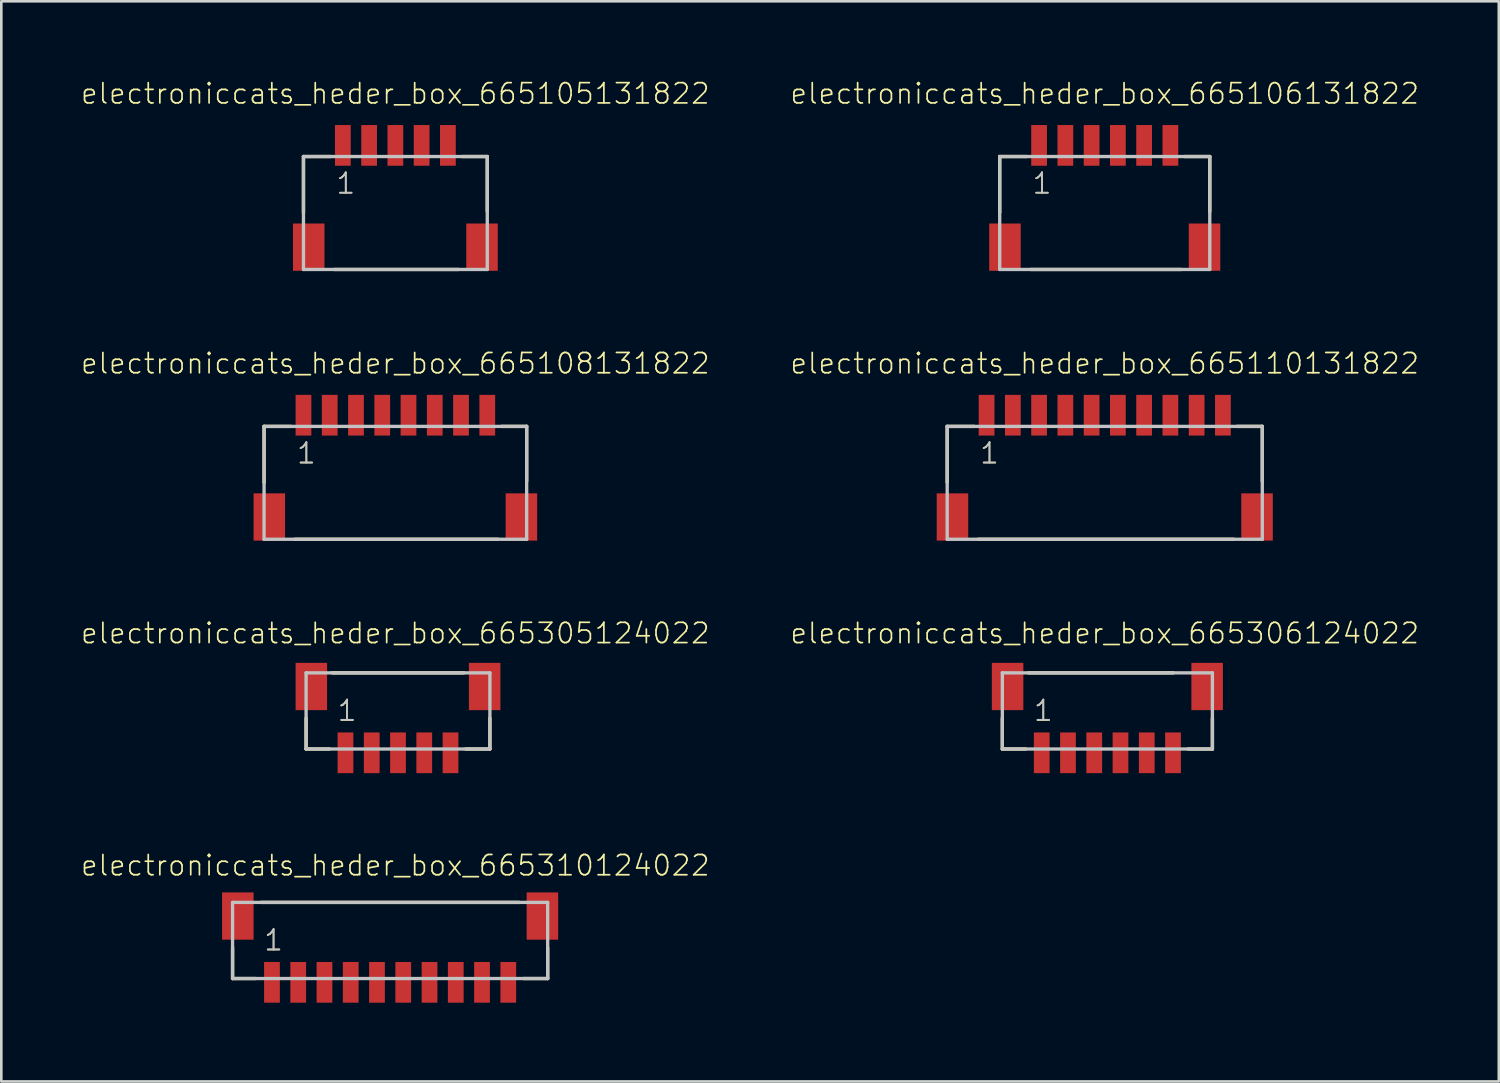
<source format=kicad_pcb>
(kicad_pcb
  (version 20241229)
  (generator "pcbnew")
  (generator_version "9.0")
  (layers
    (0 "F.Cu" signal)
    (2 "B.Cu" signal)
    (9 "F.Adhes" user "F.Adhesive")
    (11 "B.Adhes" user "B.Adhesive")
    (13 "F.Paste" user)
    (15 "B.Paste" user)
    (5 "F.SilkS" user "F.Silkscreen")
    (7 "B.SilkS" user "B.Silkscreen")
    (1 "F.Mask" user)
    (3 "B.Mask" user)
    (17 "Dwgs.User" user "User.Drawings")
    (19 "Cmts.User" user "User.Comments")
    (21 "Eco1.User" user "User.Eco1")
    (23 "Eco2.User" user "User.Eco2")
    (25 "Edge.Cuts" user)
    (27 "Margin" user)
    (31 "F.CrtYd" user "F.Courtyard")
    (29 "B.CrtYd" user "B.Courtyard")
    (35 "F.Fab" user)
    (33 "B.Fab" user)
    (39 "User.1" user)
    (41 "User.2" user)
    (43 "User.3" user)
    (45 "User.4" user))
  (footprint "electroniccats_heder_box_665105131822"
    (layer "F.Cu")
    (at 12.007 2.487)
    (property "Reference" "electroniccats_heder_box_665105131822" (at 0 -1.52 0) (layer "F.SilkS") (effects (font (size 0.772 0.772) (thickness 0.065)) (justify bottom)))
    (attr through_hole)
    (fp_line (start -3.5 0.425) (end -3.5 2.56) (stroke (width 0.127) (type solid)) (layer "F.SilkS"))
    (fp_line (start -2.47 0.425) (end -3.5 0.425) (stroke (width 0.127) (type solid)) (layer "F.SilkS"))
    (fp_line (start -2.32 4.725) (end 2.41 4.725) (stroke (width 0.127) (type solid)) (layer "F.SilkS"))
    (fp_line (start 2.54 0.425) (end 3.5 0.425) (stroke (width 0.127) (type solid)) (layer "F.SilkS"))
    (fp_line (start 3.5 0.425) (end 3.5 2.52) (stroke (width 0.127) (type solid)) (layer "F.SilkS"))
    (fp_line (start -3.5 0.425) (end 3.5 0.425) (stroke (width 0.127) (type solid)) (layer "Dwgs.User"))
    (fp_line (start -3.5 4.725) (end -3.5 0.425) (stroke (width 0.127) (type solid)) (layer "Dwgs.User"))
    (fp_line (start 3.5 0.425) (end 3.5 4.725) (stroke (width 0.127) (type solid)) (layer "Dwgs.User"))
    (fp_line (start 3.5 4.725) (end -3.5 4.725) (stroke (width 0.127) (type solid)) (layer "Dwgs.User"))
    (fp_text user "1" (at -2.3 1.9 0) (layer "F.SilkS") (effects (font (size 0.772 0.772) (thickness 0.065)) (justify left bottom)))
    (fp_text user "1" (at -2.3 1.9 0) (layer "Dwgs.User") (effects (font (size 0.772 0.772) (thickness 0.065)) (justify left bottom)))
    (pad "1" smd rect (at -2 0) (size 0.6 1.55) (layers "F.Cu" "F.Mask" "F.Paste"))
    (pad "2" smd rect (at -1 0) (size 0.6 1.55) (layers "F.Cu" "F.Mask" "F.Paste"))
    (pad "3" smd rect (at 0 0) (size 0.6 1.55) (layers "F.Cu" "F.Mask" "F.Paste"))
    (pad "4" smd rect (at 1 0) (size 0.6 1.55) (layers "F.Cu" "F.Mask" "F.Paste"))
    (pad "5" smd rect (at 2 0) (size 0.6 1.55) (layers "F.Cu" "F.Mask" "F.Paste"))
    (pad "Z1" smd rect (at -3.3 3.875) (size 1.2 1.8) (layers "F.Cu" "F.Mask" "F.Paste"))
    (pad "Z2" smd rect (at 3.3 3.875) (size 1.2 1.8) (layers "F.Cu" "F.Mask" "F.Paste")))
  (footprint "electroniccats_heder_box_665305124022"
    (layer "F.Cu")
    (at 12.107 25.619)
    (property "Reference" "electroniccats_heder_box_665305124022" (at -0.1 -4.1 0) (layer "F.SilkS") (effects (font (size 0.772 0.772) (thickness 0.065)) (justify bottom)))
    (attr through_hole)
    (fp_line (start -3.5 -1.32) (end -3.5 -0.145) (stroke (width 0.127) (type solid)) (layer "F.SilkS"))
    (fp_line (start -3.5 -0.145) (end -2.61 -0.145) (stroke (width 0.127) (type solid)) (layer "F.SilkS"))
    (fp_line (start -2.51 -3.045) (end 2.51 -3.045) (stroke (width 0.127) (type solid)) (layer "F.SilkS"))
    (fp_line (start 3.5 -1.32) (end 3.5 -0.145) (stroke (width 0.127) (type solid)) (layer "F.SilkS"))
    (fp_line (start 3.5 -0.145) (end 2.58 -0.145) (stroke (width 0.127) (type solid)) (layer "F.SilkS"))
    (fp_line (start -3.5 -3.045) (end 3.5 -3.045) (stroke (width 0.127) (type solid)) (layer "Dwgs.User"))
    (fp_line (start -3.5 -0.145) (end -3.5 -3.045) (stroke (width 0.127) (type solid)) (layer "Dwgs.User"))
    (fp_line (start 3.5 -3.045) (end 3.5 -0.145) (stroke (width 0.127) (type solid)) (layer "Dwgs.User"))
    (fp_line (start 3.5 -0.145) (end -3.5 -0.145) (stroke (width 0.127) (type solid)) (layer "Dwgs.User"))
    (fp_text user "1" (at -2.35 -1.15 0) (layer "F.SilkS") (effects (font (size 0.772 0.772) (thickness 0.065)) (justify left bottom)))
    (fp_text user "1" (at -2.35 -1.16 0) (layer "Dwgs.User") (effects (font (size 0.772 0.772) (thickness 0.065)) (justify left bottom)))
    (pad "1" smd rect (at -2 0) (size 0.6 1.55) (layers "F.Cu" "F.Mask" "F.Paste"))
    (pad "2" smd rect (at -1 0) (size 0.6 1.55) (layers "F.Cu" "F.Mask" "F.Paste"))
    (pad "3" smd rect (at 0 0) (size 0.6 1.55) (layers "F.Cu" "F.Mask" "F.Paste"))
    (pad "4" smd rect (at 1 0) (size 0.6 1.55) (layers "F.Cu" "F.Mask" "F.Paste"))
    (pad "5" smd rect (at 2 0) (size 0.6 1.55) (layers "F.Cu" "F.Mask" "F.Paste"))
    (pad "Z1" smd rect (at -3.3 -2.525) (size 1.2 1.8) (layers "F.Cu" "F.Mask" "F.Paste"))
    (pad "Z2" smd rect (at 3.3 -2.525) (size 1.2 1.8) (layers "F.Cu" "F.Mask" "F.Paste")))
  (footprint "electroniccats_heder_box_665106131822"
    (layer "F.Cu")
    (at 39.022 2.487)
    (property "Reference" "electroniccats_heder_box_665106131822" (at 0 -1.52 0) (layer "F.SilkS") (effects (font (size 0.772 0.772) (thickness 0.065)) (justify bottom)))
    (attr through_hole)
    (fp_line (start -4 0.425) (end -4 2.56) (stroke (width 0.127) (type solid)) (layer "F.SilkS"))
    (fp_line (start -2.97 0.425) (end -4 0.425) (stroke (width 0.127) (type solid)) (layer "F.SilkS"))
    (fp_line (start -2.82 4.725) (end 2.91 4.725) (stroke (width 0.127) (type solid)) (layer "F.SilkS"))
    (fp_line (start 3.04 0.425) (end 4 0.425) (stroke (width 0.127) (type solid)) (layer "F.SilkS"))
    (fp_line (start 4 0.425) (end 4 2.52) (stroke (width 0.127) (type solid)) (layer "F.SilkS"))
    (fp_line (start -4 0.425) (end 4 0.425) (stroke (width 0.127) (type solid)) (layer "Dwgs.User"))
    (fp_line (start -4 4.725) (end -4 0.425) (stroke (width 0.127) (type solid)) (layer "Dwgs.User"))
    (fp_line (start 4 0.425) (end 4 4.725) (stroke (width 0.127) (type solid)) (layer "Dwgs.User"))
    (fp_line (start 4 4.725) (end -4 4.725) (stroke (width 0.127) (type solid)) (layer "Dwgs.User"))
    (fp_text user "1" (at -2.8 1.9 0) (layer "F.SilkS") (effects (font (size 0.772 0.772) (thickness 0.065)) (justify left bottom)))
    (fp_text user "1" (at -2.8 1.9 0) (layer "Dwgs.User") (effects (font (size 0.772 0.772) (thickness 0.065)) (justify left bottom)))
    (pad "1" smd rect (at -2.5 0) (size 0.6 1.55) (layers "F.Cu" "F.Mask" "F.Paste"))
    (pad "2" smd rect (at -1.5 0) (size 0.6 1.55) (layers "F.Cu" "F.Mask" "F.Paste"))
    (pad "3" smd rect (at -0.5 0) (size 0.6 1.55) (layers "F.Cu" "F.Mask" "F.Paste"))
    (pad "4" smd rect (at 0.5 0) (size 0.6 1.55) (layers "F.Cu" "F.Mask" "F.Paste"))
    (pad "5" smd rect (at 1.5 0) (size 0.6 1.55) (layers "F.Cu" "F.Mask" "F.Paste"))
    (pad "6" smd rect (at 2.5 0) (size 0.6 1.55) (layers "F.Cu" "F.Mask" "F.Paste"))
    (pad "Z1" smd rect (at -3.8 3.875) (size 1.2 1.8) (layers "F.Cu" "F.Mask" "F.Paste"))
    (pad "Z2" smd rect (at 3.8 3.875) (size 1.2 1.8) (layers "F.Cu" "F.Mask" "F.Paste")))
  (footprint "electroniccats_heder_box_665108131822"
    (layer "F.Cu")
    (at 12.007 12.763)
    (property "Reference" "electroniccats_heder_box_665108131822" (at 0 -1.52 0) (layer "F.SilkS") (effects (font (size 0.772 0.772) (thickness 0.065)) (justify bottom)))
    (attr through_hole)
    (fp_line (start -5 0.425) (end -5 2.56) (stroke (width 0.127) (type solid)) (layer "F.SilkS"))
    (fp_line (start -3.97 0.425) (end -5 0.425) (stroke (width 0.127) (type solid)) (layer "F.SilkS"))
    (fp_line (start -3.82 4.725) (end 3.91 4.725) (stroke (width 0.127) (type solid)) (layer "F.SilkS"))
    (fp_line (start 4.04 0.425) (end 5 0.425) (stroke (width 0.127) (type solid)) (layer "F.SilkS"))
    (fp_line (start 5 0.425) (end 5 2.52) (stroke (width 0.127) (type solid)) (layer "F.SilkS"))
    (fp_line (start -5 0.425) (end 5 0.425) (stroke (width 0.127) (type solid)) (layer "Dwgs.User"))
    (fp_line (start -5 4.725) (end -5 0.425) (stroke (width 0.127) (type solid)) (layer "Dwgs.User"))
    (fp_line (start 5 0.425) (end 5 4.725) (stroke (width 0.127) (type solid)) (layer "Dwgs.User"))
    (fp_line (start 5 4.725) (end -5 4.725) (stroke (width 0.127) (type solid)) (layer "Dwgs.User"))
    (fp_text user "1" (at -3.8 1.9 0) (layer "F.SilkS") (effects (font (size 0.772 0.772) (thickness 0.065)) (justify left bottom)))
    (fp_text user "1" (at -3.8 1.9 0) (layer "Dwgs.User") (effects (font (size 0.772 0.772) (thickness 0.065)) (justify left bottom)))
    (pad "1" smd rect (at -3.5 0) (size 0.6 1.55) (layers "F.Cu" "F.Mask" "F.Paste"))
    (pad "2" smd rect (at -2.5 0) (size 0.6 1.55) (layers "F.Cu" "F.Mask" "F.Paste"))
    (pad "3" smd rect (at -1.5 0) (size 0.6 1.55) (layers "F.Cu" "F.Mask" "F.Paste"))
    (pad "4" smd rect (at -0.5 0) (size 0.6 1.55) (layers "F.Cu" "F.Mask" "F.Paste"))
    (pad "5" smd rect (at 0.5 0) (size 0.6 1.55) (layers "F.Cu" "F.Mask" "F.Paste"))
    (pad "6" smd rect (at 1.5 0) (size 0.6 1.55) (layers "F.Cu" "F.Mask" "F.Paste"))
    (pad "7" smd rect (at 2.5 0) (size 0.6 1.55) (layers "F.Cu" "F.Mask" "F.Paste"))
    (pad "8" smd rect (at 3.5 0) (size 0.6 1.55) (layers "F.Cu" "F.Mask" "F.Paste"))
    (pad "Z1" smd rect (at -4.8 3.875) (size 1.2 1.8) (layers "F.Cu" "F.Mask" "F.Paste"))
    (pad "Z2" smd rect (at 4.8 3.875) (size 1.2 1.8) (layers "F.Cu" "F.Mask" "F.Paste")))
  (footprint "electroniccats_heder_box_665110131822"
    (layer "F.Cu")
    (at 39.022 12.763)
    (property "Reference" "electroniccats_heder_box_665110131822" (at 0 -1.52 0) (layer "F.SilkS") (effects (font (size 0.772 0.772) (thickness 0.065)) (justify bottom)))
    (attr through_hole)
    (fp_line (start -6 0.425) (end -6 2.56) (stroke (width 0.127) (type solid)) (layer "F.SilkS"))
    (fp_line (start -4.97 0.425) (end -6 0.425) (stroke (width 0.127) (type solid)) (layer "F.SilkS"))
    (fp_line (start -4.82 4.725) (end 4.91 4.725) (stroke (width 0.127) (type solid)) (layer "F.SilkS"))
    (fp_line (start 5.04 0.425) (end 6 0.425) (stroke (width 0.127) (type solid)) (layer "F.SilkS"))
    (fp_line (start 6 0.425) (end 6 2.52) (stroke (width 0.127) (type solid)) (layer "F.SilkS"))
    (fp_line (start -6 0.425) (end 6 0.425) (stroke (width 0.127) (type solid)) (layer "Dwgs.User"))
    (fp_line (start -6 4.725) (end -6 0.425) (stroke (width 0.127) (type solid)) (layer "Dwgs.User"))
    (fp_line (start 6 0.425) (end 6 4.725) (stroke (width 0.127) (type solid)) (layer "Dwgs.User"))
    (fp_line (start 6 4.725) (end -6 4.725) (stroke (width 0.127) (type solid)) (layer "Dwgs.User"))
    (fp_text user "1" (at -4.8 1.9 0) (layer "F.SilkS") (effects (font (size 0.772 0.772) (thickness 0.065)) (justify left bottom)))
    (fp_text user "1" (at -4.8 1.9 0) (layer "Dwgs.User") (effects (font (size 0.772 0.772) (thickness 0.065)) (justify left bottom)))
    (pad "1" smd rect (at -4.5 0) (size 0.6 1.55) (layers "F.Cu" "F.Mask" "F.Paste"))
    (pad "2" smd rect (at -3.5 0) (size 0.6 1.55) (layers "F.Cu" "F.Mask" "F.Paste"))
    (pad "3" smd rect (at -2.5 0) (size 0.6 1.55) (layers "F.Cu" "F.Mask" "F.Paste"))
    (pad "4" smd rect (at -1.5 0) (size 0.6 1.55) (layers "F.Cu" "F.Mask" "F.Paste"))
    (pad "5" smd rect (at -0.5 0) (size 0.6 1.55) (layers "F.Cu" "F.Mask" "F.Paste"))
    (pad "6" smd rect (at 0.5 0) (size 0.6 1.55) (layers "F.Cu" "F.Mask" "F.Paste"))
    (pad "7" smd rect (at 1.5 0) (size 0.6 1.55) (layers "F.Cu" "F.Mask" "F.Paste"))
    (pad "8" smd rect (at 2.5 0) (size 0.6 1.55) (layers "F.Cu" "F.Mask" "F.Paste"))
    (pad "9" smd rect (at 3.5 0) (size 0.6 1.55) (layers "F.Cu" "F.Mask" "F.Paste"))
    (pad "10" smd rect (at 4.5 0) (size 0.6 1.55) (layers "F.Cu" "F.Mask" "F.Paste"))
    (pad "Z1" smd rect (at -5.8 3.875) (size 1.2 1.8) (layers "F.Cu" "F.Mask" "F.Paste"))
    (pad "Z2" smd rect (at 5.8 3.875) (size 1.2 1.8) (layers "F.Cu" "F.Mask" "F.Paste")))
  (footprint "electroniccats_heder_box_665310124022"
    (layer "F.Cu")
    (at 11.807 34.361)
    (property "Reference" "electroniccats_heder_box_665310124022" (at 0.2 -4 0) (layer "F.SilkS") (effects (font (size 0.772 0.772) (thickness 0.065)) (justify bottom)))
    (attr through_hole)
    (fp_line (start -6 -1.32) (end -6 -0.145) (stroke (width 0.127) (type solid)) (layer "F.SilkS"))
    (fp_line (start -6 -0.145) (end -5.11 -0.145) (stroke (width 0.127) (type solid)) (layer "F.SilkS"))
    (fp_line (start -4.91 -3.045) (end 4.91 -3.045) (stroke (width 0.127) (type solid)) (layer "F.SilkS"))
    (fp_line (start 6 -1.32) (end 6 -0.145) (stroke (width 0.127) (type solid)) (layer "F.SilkS"))
    (fp_line (start 6 -0.145) (end 5.08 -0.145) (stroke (width 0.127) (type solid)) (layer "F.SilkS"))
    (fp_line (start -6 -3.045) (end 6 -3.045) (stroke (width 0.127) (type solid)) (layer "Dwgs.User"))
    (fp_line (start -6 -0.145) (end -6 -3.045) (stroke (width 0.127) (type solid)) (layer "Dwgs.User"))
    (fp_line (start 6 -3.045) (end 6 -0.145) (stroke (width 0.127) (type solid)) (layer "Dwgs.User"))
    (fp_line (start 6 -0.145) (end -6 -0.145) (stroke (width 0.127) (type solid)) (layer "Dwgs.User"))
    (fp_text user "1" (at -4.85 -1.15 0) (layer "F.SilkS") (effects (font (size 0.772 0.772) (thickness 0.065)) (justify left bottom)))
    (fp_text user "1" (at -4.85 -1.16 0) (layer "Dwgs.User") (effects (font (size 0.772 0.772) (thickness 0.065)) (justify left bottom)))
    (pad "1" smd rect (at -4.5 0) (size 0.6 1.55) (layers "F.Cu" "F.Mask" "F.Paste"))
    (pad "2" smd rect (at -3.5 0) (size 0.6 1.55) (layers "F.Cu" "F.Mask" "F.Paste"))
    (pad "3" smd rect (at -2.5 0) (size 0.6 1.55) (layers "F.Cu" "F.Mask" "F.Paste"))
    (pad "4" smd rect (at -1.5 0) (size 0.6 1.55) (layers "F.Cu" "F.Mask" "F.Paste"))
    (pad "5" smd rect (at -0.5 0) (size 0.6 1.55) (layers "F.Cu" "F.Mask" "F.Paste"))
    (pad "6" smd rect (at 0.5 0) (size 0.6 1.55) (layers "F.Cu" "F.Mask" "F.Paste"))
    (pad "7" smd rect (at 1.5 0) (size 0.6 1.55) (layers "F.Cu" "F.Mask" "F.Paste"))
    (pad "8" smd rect (at 2.5 0) (size 0.6 1.55) (layers "F.Cu" "F.Mask" "F.Paste"))
    (pad "9" smd rect (at 3.5 0) (size 0.6 1.55) (layers "F.Cu" "F.Mask" "F.Paste"))
    (pad "10" smd rect (at 4.5 0) (size 0.6 1.55) (layers "F.Cu" "F.Mask" "F.Paste"))
    (pad "Z1" smd rect (at -5.8 -2.525) (size 1.2 1.8) (layers "F.Cu" "F.Mask" "F.Paste"))
    (pad "Z2" smd rect (at 5.8 -2.525) (size 1.2 1.8) (layers "F.Cu" "F.Mask" "F.Paste")))
  (footprint "electroniccats_heder_box_665306124022"
    (layer "F.Cu")
    (at 39.122 25.619)
    (property "Reference" "electroniccats_heder_box_665306124022" (at -0.1 -4.1 0) (layer "F.SilkS") (effects (font (size 0.772 0.772) (thickness 0.065)) (justify bottom)))
    (attr through_hole)
    (fp_line (start -4 -1.32) (end -4 -0.145) (stroke (width 0.127) (type solid)) (layer "F.SilkS"))
    (fp_line (start -4 -0.145) (end -3.11 -0.145) (stroke (width 0.127) (type solid)) (layer "F.SilkS"))
    (fp_line (start -3.01 -3.045) (end 2.51 -3.045) (stroke (width 0.127) (type solid)) (layer "F.SilkS"))
    (fp_line (start 4 -1.32) (end 4 -0.145) (stroke (width 0.127) (type solid)) (layer "F.SilkS"))
    (fp_line (start 4 -0.145) (end 3.08 -0.145) (stroke (width 0.127) (type solid)) (layer "F.SilkS"))
    (fp_line (start -4 -3.045) (end 4 -3.045) (stroke (width 0.127) (type solid)) (layer "Dwgs.User"))
    (fp_line (start -4 -0.145) (end -4 -3.045) (stroke (width 0.127) (type solid)) (layer "Dwgs.User"))
    (fp_line (start 4 -3.045) (end 4 -0.145) (stroke (width 0.127) (type solid)) (layer "Dwgs.User"))
    (fp_line (start 4 -0.145) (end -4 -0.145) (stroke (width 0.127) (type solid)) (layer "Dwgs.User"))
    (fp_text user "1" (at -2.85 -1.15 0) (layer "F.SilkS") (effects (font (size 0.772 0.772) (thickness 0.065)) (justify left bottom)))
    (fp_text user "1" (at -2.85 -1.16 0) (layer "Dwgs.User") (effects (font (size 0.772 0.772) (thickness 0.065)) (justify left bottom)))
    (pad "1" smd rect (at -2.5 0) (size 0.6 1.55) (layers "F.Cu" "F.Mask" "F.Paste"))
    (pad "2" smd rect (at -1.5 0) (size 0.6 1.55) (layers "F.Cu" "F.Mask" "F.Paste"))
    (pad "3" smd rect (at -0.5 0) (size 0.6 1.55) (layers "F.Cu" "F.Mask" "F.Paste"))
    (pad "4" smd rect (at 0.5 0) (size 0.6 1.55) (layers "F.Cu" "F.Mask" "F.Paste"))
    (pad "5" smd rect (at 1.5 0) (size 0.6 1.55) (layers "F.Cu" "F.Mask" "F.Paste"))
    (pad "6" smd rect (at 2.5 0) (size 0.6 1.55) (layers "F.Cu" "F.Mask" "F.Paste"))
    (pad "Z1" smd rect (at -3.8 -2.525) (size 1.2 1.8) (layers "F.Cu" "F.Mask" "F.Paste"))
    (pad "Z2" smd rect (at 3.8 -2.525) (size 1.2 1.8) (layers "F.Cu" "F.Mask" "F.Paste")))
  (gr_rect
    (start -3 -3)
    (end 54.029 38.136)
    (stroke (width 0.1) (type default))
    (fill no)
    (layer "Edge.Cuts")))
</source>
